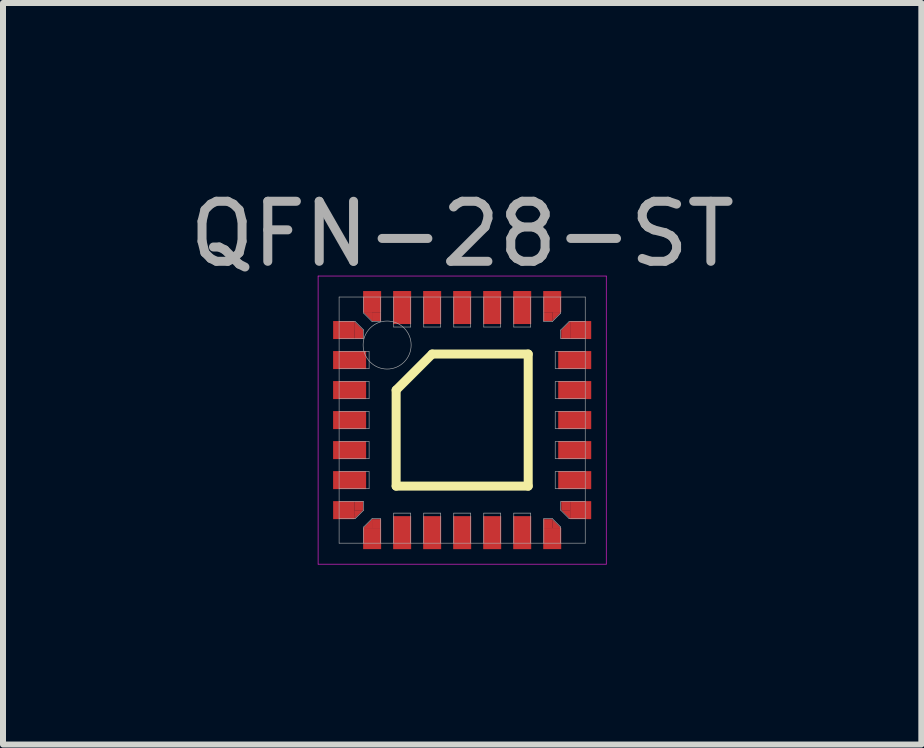
<source format=kicad_pcb>
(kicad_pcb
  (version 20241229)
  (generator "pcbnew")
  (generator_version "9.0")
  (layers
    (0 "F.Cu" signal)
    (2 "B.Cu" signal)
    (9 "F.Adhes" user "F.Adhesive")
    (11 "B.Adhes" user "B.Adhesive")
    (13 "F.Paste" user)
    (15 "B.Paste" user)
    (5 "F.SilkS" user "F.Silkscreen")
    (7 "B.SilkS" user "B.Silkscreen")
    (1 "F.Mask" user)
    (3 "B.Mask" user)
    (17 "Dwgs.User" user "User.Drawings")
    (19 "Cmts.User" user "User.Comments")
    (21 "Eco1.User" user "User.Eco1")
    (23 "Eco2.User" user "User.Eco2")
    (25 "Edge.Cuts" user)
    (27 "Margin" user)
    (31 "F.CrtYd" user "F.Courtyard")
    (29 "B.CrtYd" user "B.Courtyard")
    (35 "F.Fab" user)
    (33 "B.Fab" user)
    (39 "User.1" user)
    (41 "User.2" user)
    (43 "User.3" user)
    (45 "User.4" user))
  (footprint "QFN-28-ST"
    (layer "F.Cu")
    (at 4.649 3.948)
    (property "Reference" "QFN-28-ST" (at 0 -3.1 0) (layer "F.Fab") (effects (font (size 1 1) (thickness 0.15))))
    (attr through_hole)
    (fp_line (start -1.1 -0.5) (end -0.5 -1.1) (stroke (width 0.15) (type solid)) (layer "F.SilkS"))
    (fp_line (start -1.1 1.1) (end -1.1 -0.5) (stroke (width 0.15) (type solid)) (layer "F.SilkS"))
    (fp_line (start -0.5 -1.1) (end 1.1 -1.1) (stroke (width 0.15) (type solid)) (layer "F.SilkS"))
    (fp_line (start 1.1 -1.1) (end 1.1 1.1) (stroke (width 0.15) (type solid)) (layer "F.SilkS"))
    (fp_line (start 1.1 1.1) (end -1.1 1.1) (stroke (width 0.15) (type solid)) (layer "F.SilkS"))
    (fp_line (start -2.4 -2.4) (end 2.4 -2.4) (stroke (width 0.01) (type solid)) (layer "F.CrtYd"))
    (fp_line (start -2.4 2.4) (end -2.4 -2.4) (stroke (width 0.01) (type solid)) (layer "F.CrtYd"))
    (fp_line (start 2.4 -2.4) (end 2.4 2.4) (stroke (width 0.01) (type solid)) (layer "F.CrtYd"))
    (fp_line (start 2.4 2.4) (end -2.4 2.4) (stroke (width 0.01) (type solid)) (layer "F.CrtYd"))
    (fp_line (start -2.05 -2.05) (end 2.05 -2.05) (stroke (width 0.01) (type solid)) (layer "F.Fab"))
    (fp_line (start -2.05 -1.36) (end -1.64 -1.36) (stroke (width 0.01) (type solid)) (layer "F.Fab"))
    (fp_line (start -2.05 -0.86) (end -1.55 -0.86) (stroke (width 0.01) (type solid)) (layer "F.Fab"))
    (fp_line (start -2.05 -0.36) (end -1.55 -0.36) (stroke (width 0.01) (type solid)) (layer "F.Fab"))
    (fp_line (start -2.05 0.14) (end -1.55 0.14) (stroke (width 0.01) (type solid)) (layer "F.Fab"))
    (fp_line (start -2.05 0.64) (end -1.55 0.64) (stroke (width 0.01) (type solid)) (layer "F.Fab"))
    (fp_line (start -2.05 1.14) (end -1.55 1.14) (stroke (width 0.01) (type solid)) (layer "F.Fab"))
    (fp_line (start -2.05 1.64) (end -1.78 1.64) (stroke (width 0.01) (type solid)) (layer "F.Fab"))
    (fp_line (start -2.05 2.05) (end -2.05 -2.05) (stroke (width 0.01) (type solid)) (layer "F.Fab"))
    (fp_line (start -1.78 -1.64) (end -2.05 -1.64) (stroke (width 0.01) (type solid)) (layer "F.Fab"))
    (fp_line (start -1.78 -1.64) (end -1.64 -1.5) (stroke (width 0.01) (type solid)) (layer "F.Fab"))
    (fp_line (start -1.78 1.64) (end -1.64 1.5) (stroke (width 0.01) (type solid)) (layer "F.Fab"))
    (fp_line (start -1.64 -2.05) (end -1.64 -1.78) (stroke (width 0.01) (type solid)) (layer "F.Fab"))
    (fp_line (start -1.64 -1.78) (end -1.5 -1.64) (stroke (width 0.01) (type solid)) (layer "F.Fab"))
    (fp_line (start -1.64 -1.36) (end -1.64 -1.5) (stroke (width 0.01) (type solid)) (layer "F.Fab"))
    (fp_line (start -1.64 1.36) (end -2.05 1.36) (stroke (width 0.01) (type solid)) (layer "F.Fab"))
    (fp_line (start -1.64 1.5) (end -1.64 1.36) (stroke (width 0.01) (type solid)) (layer "F.Fab"))
    (fp_line (start -1.64 1.78) (end -1.64 2.05) (stroke (width 0.01) (type solid)) (layer "F.Fab"))
    (fp_line (start -1.55 -1.14) (end -2.05 -1.14) (stroke (width 0.01) (type solid)) (layer "F.Fab"))
    (fp_line (start -1.55 -0.86) (end -1.55 -1.14) (stroke (width 0.01) (type solid)) (layer "F.Fab"))
    (fp_line (start -1.55 -0.64) (end -2.05 -0.64) (stroke (width 0.01) (type solid)) (layer "F.Fab"))
    (fp_line (start -1.55 -0.36) (end -1.55 -0.64) (stroke (width 0.01) (type solid)) (layer "F.Fab"))
    (fp_line (start -1.55 -0.14) (end -2.05 -0.14) (stroke (width 0.01) (type solid)) (layer "F.Fab"))
    (fp_line (start -1.55 0.14) (end -1.55 -0.14) (stroke (width 0.01) (type solid)) (layer "F.Fab"))
    (fp_line (start -1.55 0.36) (end -2.05 0.36) (stroke (width 0.01) (type solid)) (layer "F.Fab"))
    (fp_line (start -1.55 0.64) (end -1.55 0.36) (stroke (width 0.01) (type solid)) (layer "F.Fab"))
    (fp_line (start -1.55 0.86) (end -2.05 0.86) (stroke (width 0.01) (type solid)) (layer "F.Fab"))
    (fp_line (start -1.55 1.14) (end -1.55 0.86) (stroke (width 0.01) (type solid)) (layer "F.Fab"))
    (fp_line (start -1.5 -1.64) (end -1.36 -1.64) (stroke (width 0.01) (type solid)) (layer "F.Fab"))
    (fp_line (start -1.5 1.64) (end -1.64 1.78) (stroke (width 0.01) (type solid)) (layer "F.Fab"))
    (fp_line (start -1.36 -1.64) (end -1.36 -2.05) (stroke (width 0.01) (type solid)) (layer "F.Fab"))
    (fp_line (start -1.36 1.64) (end -1.5 1.64) (stroke (width 0.01) (type solid)) (layer "F.Fab"))
    (fp_line (start -1.36 2.05) (end -1.36 1.64) (stroke (width 0.01) (type solid)) (layer "F.Fab"))
    (fp_line (start -1.14 -2.05) (end -1.14 -1.55) (stroke (width 0.01) (type solid)) (layer "F.Fab"))
    (fp_line (start -1.14 -1.55) (end -0.86 -1.55) (stroke (width 0.01) (type solid)) (layer "F.Fab"))
    (fp_line (start -1.14 1.55) (end -1.14 2.05) (stroke (width 0.01) (type solid)) (layer "F.Fab"))
    (fp_line (start -0.86 -1.55) (end -0.86 -2.05) (stroke (width 0.01) (type solid)) (layer "F.Fab"))
    (fp_line (start -0.86 1.55) (end -1.14 1.55) (stroke (width 0.01) (type solid)) (layer "F.Fab"))
    (fp_line (start -0.86 2.05) (end -0.86 1.55) (stroke (width 0.01) (type solid)) (layer "F.Fab"))
    (fp_line (start -0.64 -2.05) (end -0.64 -1.55) (stroke (width 0.01) (type solid)) (layer "F.Fab"))
    (fp_line (start -0.64 -1.55) (end -0.36 -1.55) (stroke (width 0.01) (type solid)) (layer "F.Fab"))
    (fp_line (start -0.64 1.55) (end -0.64 2.05) (stroke (width 0.01) (type solid)) (layer "F.Fab"))
    (fp_line (start -0.36 -1.55) (end -0.36 -2.05) (stroke (width 0.01) (type solid)) (layer "F.Fab"))
    (fp_line (start -0.36 1.55) (end -0.64 1.55) (stroke (width 0.01) (type solid)) (layer "F.Fab"))
    (fp_line (start -0.36 2.05) (end -0.36 1.55) (stroke (width 0.01) (type solid)) (layer "F.Fab"))
    (fp_line (start -0.14 -2.05) (end -0.14 -1.55) (stroke (width 0.01) (type solid)) (layer "F.Fab"))
    (fp_line (start -0.14 -1.55) (end 0.14 -1.55) (stroke (width 0.01) (type solid)) (layer "F.Fab"))
    (fp_line (start -0.14 1.55) (end -0.14 2.05) (stroke (width 0.01) (type solid)) (layer "F.Fab"))
    (fp_line (start 0.14 -1.55) (end 0.14 -2.05) (stroke (width 0.01) (type solid)) (layer "F.Fab"))
    (fp_line (start 0.14 1.55) (end -0.14 1.55) (stroke (width 0.01) (type solid)) (layer "F.Fab"))
    (fp_line (start 0.14 2.05) (end 0.14 1.55) (stroke (width 0.01) (type solid)) (layer "F.Fab"))
    (fp_line (start 0.36 -2.05) (end 0.36 -1.55) (stroke (width 0.01) (type solid)) (layer "F.Fab"))
    (fp_line (start 0.36 -1.55) (end 0.64 -1.55) (stroke (width 0.01) (type solid)) (layer "F.Fab"))
    (fp_line (start 0.36 1.55) (end 0.36 2.05) (stroke (width 0.01) (type solid)) (layer "F.Fab"))
    (fp_line (start 0.64 -1.55) (end 0.64 -2.05) (stroke (width 0.01) (type solid)) (layer "F.Fab"))
    (fp_line (start 0.64 1.55) (end 0.36 1.55) (stroke (width 0.01) (type solid)) (layer "F.Fab"))
    (fp_line (start 0.64 2.05) (end 0.64 1.55) (stroke (width 0.01) (type solid)) (layer "F.Fab"))
    (fp_line (start 0.86 -2.05) (end 0.86 -1.55) (stroke (width 0.01) (type solid)) (layer "F.Fab"))
    (fp_line (start 0.86 -1.55) (end 1.14 -1.55) (stroke (width 0.01) (type solid)) (layer "F.Fab"))
    (fp_line (start 0.86 1.55) (end 0.86 2.05) (stroke (width 0.01) (type solid)) (layer "F.Fab"))
    (fp_line (start 1.14 -1.55) (end 1.14 -2.05) (stroke (width 0.01) (type solid)) (layer "F.Fab"))
    (fp_line (start 1.14 1.55) (end 0.86 1.55) (stroke (width 0.01) (type solid)) (layer "F.Fab"))
    (fp_line (start 1.14 2.05) (end 1.14 1.55) (stroke (width 0.01) (type solid)) (layer "F.Fab"))
    (fp_line (start 1.36 -2.05) (end 1.36 -1.64) (stroke (width 0.01) (type solid)) (layer "F.Fab"))
    (fp_line (start 1.36 -1.64) (end 1.5 -1.64) (stroke (width 0.01) (type solid)) (layer "F.Fab"))
    (fp_line (start 1.36 1.64) (end 1.36 2.05) (stroke (width 0.01) (type solid)) (layer "F.Fab"))
    (fp_line (start 1.5 1.64) (end 1.36 1.64) (stroke (width 0.01) (type solid)) (layer "F.Fab"))
    (fp_line (start 1.5 1.64) (end 1.64 1.78) (stroke (width 0.01) (type solid)) (layer "F.Fab"))
    (fp_line (start 1.55 -1.14) (end 1.55 -0.86) (stroke (width 0.01) (type solid)) (layer "F.Fab"))
    (fp_line (start 1.55 -0.86) (end 2.05 -0.86) (stroke (width 0.01) (type solid)) (layer "F.Fab"))
    (fp_line (start 1.55 -0.64) (end 1.55 -0.36) (stroke (width 0.01) (type solid)) (layer "F.Fab"))
    (fp_line (start 1.55 -0.36) (end 2.05 -0.36) (stroke (width 0.01) (type solid)) (layer "F.Fab"))
    (fp_line (start 1.55 -0.14) (end 1.55 0.14) (stroke (width 0.01) (type solid)) (layer "F.Fab"))
    (fp_line (start 1.55 0.14) (end 2.05 0.14) (stroke (width 0.01) (type solid)) (layer "F.Fab"))
    (fp_line (start 1.55 0.36) (end 1.55 0.64) (stroke (width 0.01) (type solid)) (layer "F.Fab"))
    (fp_line (start 1.55 0.64) (end 2.05 0.64) (stroke (width 0.01) (type solid)) (layer "F.Fab"))
    (fp_line (start 1.55 0.86) (end 1.55 1.14) (stroke (width 0.01) (type solid)) (layer "F.Fab"))
    (fp_line (start 1.55 1.14) (end 2.05 1.14) (stroke (width 0.01) (type solid)) (layer "F.Fab"))
    (fp_line (start 1.64 -1.78) (end 1.5 -1.64) (stroke (width 0.01) (type solid)) (layer "F.Fab"))
    (fp_line (start 1.64 -1.78) (end 1.64 -2.05) (stroke (width 0.01) (type solid)) (layer "F.Fab"))
    (fp_line (start 1.64 -1.5) (end 1.64 -1.36) (stroke (width 0.01) (type solid)) (layer "F.Fab"))
    (fp_line (start 1.64 -1.36) (end 2.05 -1.36) (stroke (width 0.01) (type solid)) (layer "F.Fab"))
    (fp_line (start 1.64 1.36) (end 1.64 1.5) (stroke (width 0.01) (type solid)) (layer "F.Fab"))
    (fp_line (start 1.64 1.5) (end 1.78 1.64) (stroke (width 0.01) (type solid)) (layer "F.Fab"))
    (fp_line (start 1.64 2.05) (end 1.64 1.78) (stroke (width 0.01) (type solid)) (layer "F.Fab"))
    (fp_line (start 1.78 -1.64) (end 1.64 -1.5) (stroke (width 0.01) (type solid)) (layer "F.Fab"))
    (fp_line (start 1.78 1.64) (end 2.05 1.64) (stroke (width 0.01) (type solid)) (layer "F.Fab"))
    (fp_line (start 2.05 -2.05) (end 2.05 2.05) (stroke (width 0.01) (type solid)) (layer "F.Fab"))
    (fp_line (start 2.05 -1.64) (end 1.78 -1.64) (stroke (width 0.01) (type solid)) (layer "F.Fab"))
    (fp_line (start 2.05 -1.14) (end 1.55 -1.14) (stroke (width 0.01) (type solid)) (layer "F.Fab"))
    (fp_line (start 2.05 -0.64) (end 1.55 -0.64) (stroke (width 0.01) (type solid)) (layer "F.Fab"))
    (fp_line (start 2.05 -0.14) (end 1.55 -0.14) (stroke (width 0.01) (type solid)) (layer "F.Fab"))
    (fp_line (start 2.05 0.36) (end 1.55 0.36) (stroke (width 0.01) (type solid)) (layer "F.Fab"))
    (fp_line (start 2.05 0.86) (end 1.55 0.86) (stroke (width 0.01) (type solid)) (layer "F.Fab"))
    (fp_line (start 2.05 1.36) (end 1.64 1.36) (stroke (width 0.01) (type solid)) (layer "F.Fab"))
    (fp_line (start 2.05 2.05) (end -2.05 2.05) (stroke (width 0.01) (type solid)) (layer "F.Fab"))
    (fp_circle (center -1.25 -1.25) (end -1.25 -0.85) (stroke (width 0.01) (type solid)) (fill no) (layer "F.Fab"))
    (pad "1" smd rect (at -1.974 -1.5) (size 0.351 0.3) (layers "F.Cu" "F.Mask" "F.Paste"))
    (pad "1" smd trapezoid (at -1.762 -1.538 135) (size 0.105 0.105) (rect_delta 0 0.105) (layers "F.Cu" "F.Mask" "F.Paste"))
    (pad "1" smd rect (at -1.724 -1.426) (size 0.148 0.151) (layers "F.Cu" "F.Mask" "F.Paste"))
    (pad "2" smd rect (at -1.875 -1) (size 0.55 0.3) (layers "F.Cu" "F.Mask" "F.Paste"))
    (pad "3" smd rect (at -1.875 -0.5) (size 0.55 0.3) (layers "F.Cu" "F.Mask" "F.Paste"))
    (pad "4" smd rect (at -1.875 0) (size 0.55 0.3) (layers "F.Cu" "F.Mask" "F.Paste"))
    (pad "5" smd rect (at -1.875 0.5) (size 0.55 0.3) (layers "F.Cu" "F.Mask" "F.Paste"))
    (pad "6" smd rect (at -1.875 1) (size 0.55 0.3) (layers "F.Cu" "F.Mask" "F.Paste"))
    (pad "7" smd rect (at -1.974 1.5) (size 0.351 0.3) (layers "F.Cu" "F.Mask" "F.Paste"))
    (pad "7" smd trapezoid (at -1.762 1.538 315) (size 0.105 0.105) (rect_delta -0.105 0) (layers "F.Cu" "F.Mask" "F.Paste"))
    (pad "7" smd rect (at -1.724 1.426) (size 0.148 0.151) (layers "F.Cu" "F.Mask" "F.Paste"))
    (pad "8" smd trapezoid (at -1.538 1.762 135) (size 0.105 0.105) (rect_delta -0.105 0) (layers "F.Cu" "F.Mask" "F.Paste"))
    (pad "8" smd rect (at -1.5 1.974) (size 0.3 0.351) (layers "F.Cu" "F.Mask" "F.Paste"))
    (pad "8" smd rect (at -1.426 1.724) (size 0.151 0.148) (layers "F.Cu" "F.Mask" "F.Paste"))
    (pad "9" smd rect (at -1 1.875) (size 0.3 0.55) (layers "F.Cu" "F.Mask" "F.Paste"))
    (pad "10" smd rect (at -0.5 1.875) (size 0.3 0.55) (layers "F.Cu" "F.Mask" "F.Paste"))
    (pad "11" smd rect (at 0 1.875) (size 0.3 0.55) (layers "F.Cu" "F.Mask" "F.Paste"))
    (pad "12" smd rect (at 0.5 1.875) (size 0.3 0.55) (layers "F.Cu" "F.Mask" "F.Paste"))
    (pad "13" smd rect (at 1 1.875) (size 0.3 0.55) (layers "F.Cu" "F.Mask" "F.Paste"))
    (pad "14" smd rect (at 1.426 1.724) (size 0.151 0.148) (layers "F.Cu" "F.Mask" "F.Paste"))
    (pad "14" smd rect (at 1.5 1.974) (size 0.3 0.351) (layers "F.Cu" "F.Mask" "F.Paste"))
    (pad "14" smd trapezoid (at 1.538 1.762 45) (size 0.105 0.105) (rect_delta -0.105 0) (layers "F.Cu" "F.Mask" "F.Paste"))
    (pad "15" smd rect (at 1.724 1.426) (size 0.148 0.151) (layers "F.Cu" "F.Mask" "F.Paste"))
    (pad "15" smd trapezoid (at 1.762 1.538 225) (size 0.105 0.105) (rect_delta -0.105 0) (layers "F.Cu" "F.Mask" "F.Paste"))
    (pad "15" smd rect (at 1.974 1.5) (size 0.351 0.3) (layers "F.Cu" "F.Mask" "F.Paste"))
    (pad "16" smd rect (at 1.875 1) (size 0.55 0.3) (layers "F.Cu" "F.Mask" "F.Paste"))
    (pad "17" smd rect (at 1.875 0.5) (size 0.55 0.3) (layers "F.Cu" "F.Mask" "F.Paste"))
    (pad "18" smd rect (at 1.875 0) (size 0.55 0.3) (layers "F.Cu" "F.Mask" "F.Paste"))
    (pad "19" smd rect (at 1.875 -0.5) (size 0.55 0.3) (layers "F.Cu" "F.Mask" "F.Paste"))
    (pad "20" smd rect (at 1.875 -1) (size 0.55 0.3) (layers "F.Cu" "F.Mask" "F.Paste"))
    (pad "21" smd rect (at 1.724 -1.426) (size 0.148 0.151) (layers "F.Cu" "F.Mask" "F.Paste"))
    (pad "21" smd trapezoid (at 1.762 -1.538 135) (size 0.105 0.105) (rect_delta -0.105 0) (layers "F.Cu" "F.Mask" "F.Paste"))
    (pad "21" smd rect (at 1.974 -1.5) (size 0.351 0.3) (layers "F.Cu" "F.Mask" "F.Paste"))
    (pad "22" smd rect (at 1.426 -1.724) (size 0.151 0.148) (layers "F.Cu" "F.Mask" "F.Paste"))
    (pad "22" smd rect (at 1.5 -1.974) (size 0.3 0.351) (layers "F.Cu" "F.Mask" "F.Paste"))
    (pad "22" smd trapezoid (at 1.538 -1.762 315) (size 0.105 0.105) (rect_delta -0.105 0) (layers "F.Cu" "F.Mask" "F.Paste"))
    (pad "23" smd rect (at 1 -1.875) (size 0.3 0.55) (layers "F.Cu" "F.Mask" "F.Paste"))
    (pad "24" smd rect (at 0.5 -1.875) (size 0.3 0.55) (layers "F.Cu" "F.Mask" "F.Paste"))
    (pad "25" smd rect (at 0 -1.875) (size 0.3 0.55) (layers "F.Cu" "F.Mask" "F.Paste"))
    (pad "26" smd rect (at -0.5 -1.875) (size 0.3 0.55) (layers "F.Cu" "F.Mask" "F.Paste"))
    (pad "27" smd rect (at -1 -1.875) (size 0.3 0.55) (layers "F.Cu" "F.Mask" "F.Paste"))
    (pad "28" smd trapezoid (at -1.538 -1.762 225) (size 0.105 0.105) (rect_delta -0.105 0) (layers "F.Cu" "F.Mask" "F.Paste"))
    (pad "28" smd rect (at -1.5 -1.974) (size 0.3 0.351) (layers "F.Cu" "F.Mask" "F.Paste"))
    (pad "28" smd rect (at -1.426 -1.724) (size 0.151 0.148) (layers "F.Cu" "F.Mask" "F.Paste")))
  (gr_rect
    (start -3 -3)
    (end 12.298 9.353)
    (stroke (width 0.1) (type default))
    (fill no)
    (layer "Edge.Cuts")))
</source>
